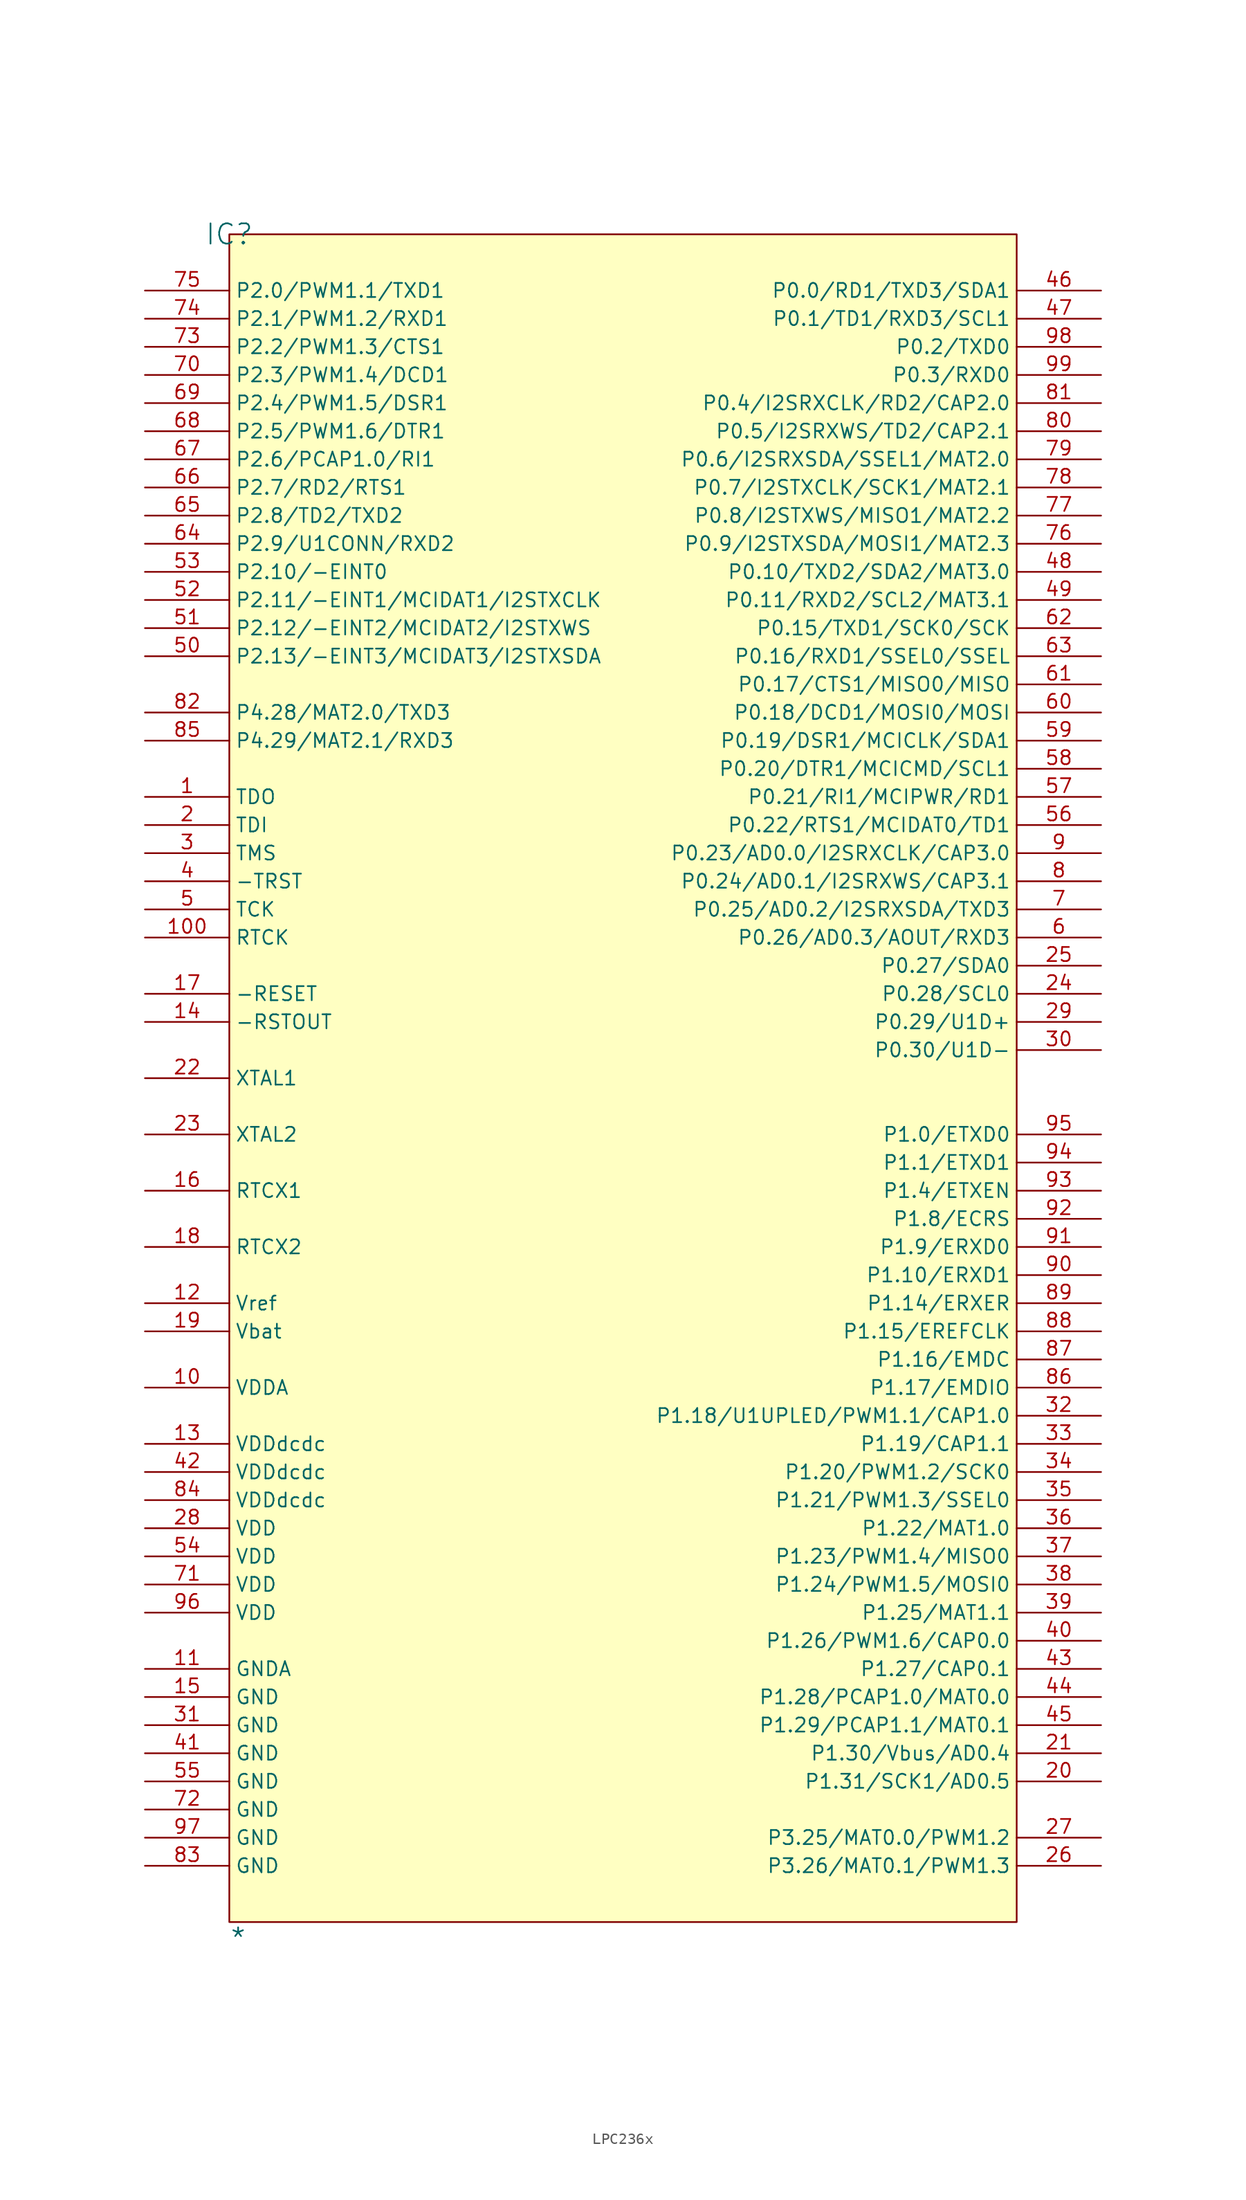
<source format=kicad_sym>
(kicad_symbol_lib
  (version 20241209)
  (generator "kicad_symbol_editor")
  (generator_version "9.0")
  (symbol "LPC236x"
    (property "Reference" "IC"
      (at 0 0 0)
      (effects (font (size 1.829 1.829))))
    (property "Value" "*"
      (at 0 -154.94 0)
      (effects (font (size 1.829 1.829)) (justify left bottom)))
    (symbol "LPC236x_1_0"
      (rectangle (start 71.12 0) (end 0 -152.4) (stroke (width 0) (type solid) (color 128 0 0 1)) (fill (type background)))
      (pin passive line (at -7.62 -5.08 0) (length 7.62) (name "P2.0/PWM1.1/TXD1" (effects (font (size 1.27 1.27)))) (number "75" (effects (font (size 1.27 1.27)))))
      (pin passive line (at -7.62 -7.62 0) (length 7.62) (name "P2.1/PWM1.2/RXD1" (effects (font (size 1.27 1.27)))) (number "74" (effects (font (size 1.27 1.27)))))
      (pin passive line (at -7.62 -10.16 0) (length 7.62) (name "P2.2/PWM1.3/CTS1" (effects (font (size 1.27 1.27)))) (number "73" (effects (font (size 1.27 1.27)))))
      (pin passive line (at -7.62 -12.7 0) (length 7.62) (name "P2.3/PWM1.4/DCD1" (effects (font (size 1.27 1.27)))) (number "70" (effects (font (size 1.27 1.27)))))
      (pin passive line (at -7.62 -15.24 0) (length 7.62) (name "P2.4/PWM1.5/DSR1" (effects (font (size 1.27 1.27)))) (number "69" (effects (font (size 1.27 1.27)))))
      (pin passive line (at -7.62 -17.78 0) (length 7.62) (name "P2.5/PWM1.6/DTR1" (effects (font (size 1.27 1.27)))) (number "68" (effects (font (size 1.27 1.27)))))
      (pin passive line (at -7.62 -20.32 0) (length 7.62) (name "P2.6/PCAP1.0/RI1" (effects (font (size 1.27 1.27)))) (number "67" (effects (font (size 1.27 1.27)))))
      (pin passive line (at -7.62 -22.86 0) (length 7.62) (name "P2.7/RD2/RTS1" (effects (font (size 1.27 1.27)))) (number "66" (effects (font (size 1.27 1.27)))))
      (pin passive line (at -7.62 -25.4 0) (length 7.62) (name "P2.8/TD2/TXD2" (effects (font (size 1.27 1.27)))) (number "65" (effects (font (size 1.27 1.27)))))
      (pin passive line (at -7.62 -27.94 0) (length 7.62) (name "P2.9/U1CONN/RXD2" (effects (font (size 1.27 1.27)))) (number "64" (effects (font (size 1.27 1.27)))))
      (pin passive line (at -7.62 -30.48 0) (length 7.62) (name "P2.10/-EINT0" (effects (font (size 1.27 1.27)))) (number "53" (effects (font (size 1.27 1.27)))))
      (pin passive line (at -7.62 -33.02 0) (length 7.62) (name "P2.11/-EINT1/MCIDAT1/I2STXCLK" (effects (font (size 1.27 1.27)))) (number "52" (effects (font (size 1.27 1.27)))))
      (pin passive line (at -7.62 -35.56 0) (length 7.62) (name "P2.12/-EINT2/MCIDAT2/I2STXWS" (effects (font (size 1.27 1.27)))) (number "51" (effects (font (size 1.27 1.27)))))
      (pin passive line (at -7.62 -38.1 0) (length 7.62) (name "P2.13/-EINT3/MCIDAT3/I2STXSDA" (effects (font (size 1.27 1.27)))) (number "50" (effects (font (size 1.27 1.27)))))
      (pin passive line (at -7.62 -43.18 0) (length 7.62) (name "P4.28/MAT2.0/TXD3" (effects (font (size 1.27 1.27)))) (number "82" (effects (font (size 1.27 1.27)))))
      (pin passive line (at -7.62 -45.72 0) (length 7.62) (name "P4.29/MAT2.1/RXD3" (effects (font (size 1.27 1.27)))) (number "85" (effects (font (size 1.27 1.27)))))
      (pin output line (at -7.62 -50.8 0) (length 7.62) (name "TDO" (effects (font (size 1.27 1.27)))) (number "1" (effects (font (size 1.27 1.27)))))
      (pin input line (at -7.62 -53.34 0) (length 7.62) (name "TDI" (effects (font (size 1.27 1.27)))) (number "2" (effects (font (size 1.27 1.27)))))
      (pin input line (at -7.62 -55.88 0) (length 7.62) (name "TMS" (effects (font (size 1.27 1.27)))) (number "3" (effects (font (size 1.27 1.27)))))
      (pin input line (at -7.62 -58.42 0) (length 7.62) (name "-TRST" (effects (font (size 1.27 1.27)))) (number "4" (effects (font (size 1.27 1.27)))))
      (pin input line (at -7.62 -60.96 0) (length 7.62) (name "TCK" (effects (font (size 1.27 1.27)))) (number "5" (effects (font (size 1.27 1.27)))))
      (pin passive line (at -7.62 -63.5 0) (length 7.62) (name "RTCK" (effects (font (size 1.27 1.27)))) (number "100" (effects (font (size 1.27 1.27)))))
      (pin passive line (at -7.62 -68.58 0) (length 7.62) (name "-RESET" (effects (font (size 1.27 1.27)))) (number "17" (effects (font (size 1.27 1.27)))))
      (pin passive line (at -7.62 -71.12 0) (length 7.62) (name "-RSTOUT" (effects (font (size 1.27 1.27)))) (number "14" (effects (font (size 1.27 1.27)))))
      (pin passive line (at -7.62 -76.2 0) (length 7.62) (name "XTAL1" (effects (font (size 1.27 1.27)))) (number "22" (effects (font (size 1.27 1.27)))))
      (pin passive line (at -7.62 -81.28 0) (length 7.62) (name "XTAL2" (effects (font (size 1.27 1.27)))) (number "23" (effects (font (size 1.27 1.27)))))
      (pin passive line (at -7.62 -86.36 0) (length 7.62) (name "RTCX1" (effects (font (size 1.27 1.27)))) (number "16" (effects (font (size 1.27 1.27)))))
      (pin passive line (at -7.62 -91.44 0) (length 7.62) (name "RTCX2" (effects (font (size 1.27 1.27)))) (number "18" (effects (font (size 1.27 1.27)))))
      (pin passive line (at -7.62 -96.52 0) (length 7.62) (name "Vref" (effects (font (size 1.27 1.27)))) (number "12" (effects (font (size 1.27 1.27)))))
      (pin passive line (at -7.62 -99.06 0) (length 7.62) (name "Vbat" (effects (font (size 1.27 1.27)))) (number "19" (effects (font (size 1.27 1.27)))))
      (pin passive line (at -7.62 -104.14 0) (length 7.62) (name "VDDA" (effects (font (size 1.27 1.27)))) (number "10" (effects (font (size 1.27 1.27)))))
      (pin passive line (at -7.62 -109.22 0) (length 7.62) (name "VDDdcdc" (effects (font (size 1.27 1.27)))) (number "13" (effects (font (size 1.27 1.27)))))
      (pin passive line (at -7.62 -111.76 0) (length 7.62) (name "VDDdcdc" (effects (font (size 1.27 1.27)))) (number "42" (effects (font (size 1.27 1.27)))))
      (pin passive line (at -7.62 -114.3 0) (length 7.62) (name "VDDdcdc" (effects (font (size 1.27 1.27)))) (number "84" (effects (font (size 1.27 1.27)))))
      (pin passive line (at -7.62 -116.84 0) (length 7.62) (name "VDD" (effects (font (size 1.27 1.27)))) (number "28" (effects (font (size 1.27 1.27)))))
      (pin passive line (at -7.62 -119.38 0) (length 7.62) (name "VDD" (effects (font (size 1.27 1.27)))) (number "54" (effects (font (size 1.27 1.27)))))
      (pin passive line (at -7.62 -121.92 0) (length 7.62) (name "VDD" (effects (font (size 1.27 1.27)))) (number "71" (effects (font (size 1.27 1.27)))))
      (pin passive line (at -7.62 -124.46 0) (length 7.62) (name "VDD" (effects (font (size 1.27 1.27)))) (number "96" (effects (font (size 1.27 1.27)))))
      (pin passive line (at -7.62 -129.54 0) (length 7.62) (name "GNDA" (effects (font (size 1.27 1.27)))) (number "11" (effects (font (size 1.27 1.27)))))
      (pin passive line (at -7.62 -132.08 0) (length 7.62) (name "GND" (effects (font (size 1.27 1.27)))) (number "15" (effects (font (size 1.27 1.27)))))
      (pin passive line (at -7.62 -134.62 0) (length 7.62) (name "GND" (effects (font (size 1.27 1.27)))) (number "31" (effects (font (size 1.27 1.27)))))
      (pin passive line (at -7.62 -137.16 0) (length 7.62) (name "GND" (effects (font (size 1.27 1.27)))) (number "41" (effects (font (size 1.27 1.27)))))
      (pin passive line (at -7.62 -139.7 0) (length 7.62) (name "GND" (effects (font (size 1.27 1.27)))) (number "55" (effects (font (size 1.27 1.27)))))
      (pin passive line (at -7.62 -142.24 0) (length 7.62) (name "GND" (effects (font (size 1.27 1.27)))) (number "72" (effects (font (size 1.27 1.27)))))
      (pin passive line (at -7.62 -144.78 0) (length 7.62) (name "GND" (effects (font (size 1.27 1.27)))) (number "97" (effects (font (size 1.27 1.27)))))
      (pin passive line (at -7.62 -147.32 0) (length 7.62) (name "GND" (effects (font (size 1.27 1.27)))) (number "83" (effects (font (size 1.27 1.27)))))
      (pin passive line (at 78.74 -5.08 180) (length 7.62) (name "P0.0/RD1/TXD3/SDA1" (effects (font (size 1.27 1.27)))) (number "46" (effects (font (size 1.27 1.27)))))
      (pin passive line (at 78.74 -7.62 180) (length 7.62) (name "P0.1/TD1/RXD3/SCL1" (effects (font (size 1.27 1.27)))) (number "47" (effects (font (size 1.27 1.27)))))
      (pin passive line (at 78.74 -10.16 180) (length 7.62) (name "P0.2/TXD0" (effects (font (size 1.27 1.27)))) (number "98" (effects (font (size 1.27 1.27)))))
      (pin passive line (at 78.74 -12.7 180) (length 7.62) (name "P0.3/RXD0" (effects (font (size 1.27 1.27)))) (number "99" (effects (font (size 1.27 1.27)))))
      (pin passive line (at 78.74 -15.24 180) (length 7.62) (name "P0.4/I2SRXCLK/RD2/CAP2.0" (effects (font (size 1.27 1.27)))) (number "81" (effects (font (size 1.27 1.27)))))
      (pin passive line (at 78.74 -17.78 180) (length 7.62) (name "P0.5/I2SRXWS/TD2/CAP2.1" (effects (font (size 1.27 1.27)))) (number "80" (effects (font (size 1.27 1.27)))))
      (pin passive line (at 78.74 -20.32 180) (length 7.62) (name "P0.6/I2SRXSDA/SSEL1/MAT2.0" (effects (font (size 1.27 1.27)))) (number "79" (effects (font (size 1.27 1.27)))))
      (pin passive line (at 78.74 -22.86 180) (length 7.62) (name "P0.7/I2STXCLK/SCK1/MAT2.1" (effects (font (size 1.27 1.27)))) (number "78" (effects (font (size 1.27 1.27)))))
      (pin passive line (at 78.74 -25.4 180) (length 7.62) (name "P0.8/I2STXWS/MISO1/MAT2.2" (effects (font (size 1.27 1.27)))) (number "77" (effects (font (size 1.27 1.27)))))
      (pin passive line (at 78.74 -27.94 180) (length 7.62) (name "P0.9/I2STXSDA/MOSI1/MAT2.3" (effects (font (size 1.27 1.27)))) (number "76" (effects (font (size 1.27 1.27)))))
      (pin passive line (at 78.74 -30.48 180) (length 7.62) (name "P0.10/TXD2/SDA2/MAT3.0" (effects (font (size 1.27 1.27)))) (number "48" (effects (font (size 1.27 1.27)))))
      (pin passive line (at 78.74 -33.02 180) (length 7.62) (name "P0.11/RXD2/SCL2/MAT3.1" (effects (font (size 1.27 1.27)))) (number "49" (effects (font (size 1.27 1.27)))))
      (pin passive line (at 78.74 -35.56 180) (length 7.62) (name "P0.15/TXD1/SCK0/SCK" (effects (font (size 1.27 1.27)))) (number "62" (effects (font (size 1.27 1.27)))))
      (pin passive line (at 78.74 -38.1 180) (length 7.62) (name "P0.16/RXD1/SSEL0/SSEL" (effects (font (size 1.27 1.27)))) (number "63" (effects (font (size 1.27 1.27)))))
      (pin passive line (at 78.74 -40.64 180) (length 7.62) (name "P0.17/CTS1/MISO0/MISO" (effects (font (size 1.27 1.27)))) (number "61" (effects (font (size 1.27 1.27)))))
      (pin passive line (at 78.74 -43.18 180) (length 7.62) (name "P0.18/DCD1/MOSI0/MOSI" (effects (font (size 1.27 1.27)))) (number "60" (effects (font (size 1.27 1.27)))))
      (pin passive line (at 78.74 -45.72 180) (length 7.62) (name "P0.19/DSR1/MCICLK/SDA1" (effects (font (size 1.27 1.27)))) (number "59" (effects (font (size 1.27 1.27)))))
      (pin passive line (at 78.74 -48.26 180) (length 7.62) (name "P0.20/DTR1/MCICMD/SCL1" (effects (font (size 1.27 1.27)))) (number "58" (effects (font (size 1.27 1.27)))))
      (pin passive line (at 78.74 -50.8 180) (length 7.62) (name "P0.21/RI1/MCIPWR/RD1" (effects (font (size 1.27 1.27)))) (number "57" (effects (font (size 1.27 1.27)))))
      (pin passive line (at 78.74 -53.34 180) (length 7.62) (name "P0.22/RTS1/MCIDAT0/TD1" (effects (font (size 1.27 1.27)))) (number "56" (effects (font (size 1.27 1.27)))))
      (pin passive line (at 78.74 -55.88 180) (length 7.62) (name "P0.23/AD0.0/I2SRXCLK/CAP3.0" (effects (font (size 1.27 1.27)))) (number "9" (effects (font (size 1.27 1.27)))))
      (pin passive line (at 78.74 -58.42 180) (length 7.62) (name "P0.24/AD0.1/I2SRXWS/CAP3.1" (effects (font (size 1.27 1.27)))) (number "8" (effects (font (size 1.27 1.27)))))
      (pin passive line (at 78.74 -60.96 180) (length 7.62) (name "P0.25/AD0.2/I2SRXSDA/TXD3" (effects (font (size 1.27 1.27)))) (number "7" (effects (font (size 1.27 1.27)))))
      (pin passive line (at 78.74 -63.5 180) (length 7.62) (name "P0.26/AD0.3/AOUT/RXD3" (effects (font (size 1.27 1.27)))) (number "6" (effects (font (size 1.27 1.27)))))
      (pin passive line (at 78.74 -66.04 180) (length 7.62) (name "P0.27/SDA0" (effects (font (size 1.27 1.27)))) (number "25" (effects (font (size 1.27 1.27)))))
      (pin passive line (at 78.74 -68.58 180) (length 7.62) (name "P0.28/SCL0" (effects (font (size 1.27 1.27)))) (number "24" (effects (font (size 1.27 1.27)))))
      (pin passive line (at 78.74 -71.12 180) (length 7.62) (name "P0.29/U1D+" (effects (font (size 1.27 1.27)))) (number "29" (effects (font (size 1.27 1.27)))))
      (pin passive line (at 78.74 -73.66 180) (length 7.62) (name "P0.30/U1D-" (effects (font (size 1.27 1.27)))) (number "30" (effects (font (size 1.27 1.27)))))
      (pin passive line (at 78.74 -81.28 180) (length 7.62) (name "P1.0/ETXD0" (effects (font (size 1.27 1.27)))) (number "95" (effects (font (size 1.27 1.27)))))
      (pin passive line (at 78.74 -83.82 180) (length 7.62) (name "P1.1/ETXD1" (effects (font (size 1.27 1.27)))) (number "94" (effects (font (size 1.27 1.27)))))
      (pin passive line (at 78.74 -86.36 180) (length 7.62) (name "P1.4/ETXEN" (effects (font (size 1.27 1.27)))) (number "93" (effects (font (size 1.27 1.27)))))
      (pin passive line (at 78.74 -88.9 180) (length 7.62) (name "P1.8/ECRS" (effects (font (size 1.27 1.27)))) (number "92" (effects (font (size 1.27 1.27)))))
      (pin passive line (at 78.74 -91.44 180) (length 7.62) (name "P1.9/ERXD0" (effects (font (size 1.27 1.27)))) (number "91" (effects (font (size 1.27 1.27)))))
      (pin passive line (at 78.74 -93.98 180) (length 7.62) (name "P1.10/ERXD1" (effects (font (size 1.27 1.27)))) (number "90" (effects (font (size 1.27 1.27)))))
      (pin passive line (at 78.74 -96.52 180) (length 7.62) (name "P1.14/ERXER" (effects (font (size 1.27 1.27)))) (number "89" (effects (font (size 1.27 1.27)))))
      (pin passive line (at 78.74 -99.06 180) (length 7.62) (name "P1.15/EREFCLK" (effects (font (size 1.27 1.27)))) (number "88" (effects (font (size 1.27 1.27)))))
      (pin passive line (at 78.74 -101.6 180) (length 7.62) (name "P1.16/EMDC" (effects (font (size 1.27 1.27)))) (number "87" (effects (font (size 1.27 1.27)))))
      (pin passive line (at 78.74 -104.14 180) (length 7.62) (name "P1.17/EMDIO" (effects (font (size 1.27 1.27)))) (number "86" (effects (font (size 1.27 1.27)))))
      (pin passive line (at 78.74 -106.68 180) (length 7.62) (name "P1.18/U1UPLED/PWM1.1/CAP1.0" (effects (font (size 1.27 1.27)))) (number "32" (effects (font (size 1.27 1.27)))))
      (pin passive line (at 78.74 -109.22 180) (length 7.62) (name "P1.19/CAP1.1" (effects (font (size 1.27 1.27)))) (number "33" (effects (font (size 1.27 1.27)))))
      (pin passive line (at 78.74 -111.76 180) (length 7.62) (name "P1.20/PWM1.2/SCK0" (effects (font (size 1.27 1.27)))) (number "34" (effects (font (size 1.27 1.27)))))
      (pin passive line (at 78.74 -114.3 180) (length 7.62) (name "P1.21/PWM1.3/SSEL0" (effects (font (size 1.27 1.27)))) (number "35" (effects (font (size 1.27 1.27)))))
      (pin passive line (at 78.74 -116.84 180) (length 7.62) (name "P1.22/MAT1.0" (effects (font (size 1.27 1.27)))) (number "36" (effects (font (size 1.27 1.27)))))
      (pin passive line (at 78.74 -119.38 180) (length 7.62) (name "P1.23/PWM1.4/MISO0" (effects (font (size 1.27 1.27)))) (number "37" (effects (font (size 1.27 1.27)))))
      (pin passive line (at 78.74 -121.92 180) (length 7.62) (name "P1.24/PWM1.5/MOSI0" (effects (font (size 1.27 1.27)))) (number "38" (effects (font (size 1.27 1.27)))))
      (pin passive line (at 78.74 -124.46 180) (length 7.62) (name "P1.25/MAT1.1" (effects (font (size 1.27 1.27)))) (number "39" (effects (font (size 1.27 1.27)))))
      (pin passive line (at 78.74 -127 180) (length 7.62) (name "P1.26/PWM1.6/CAP0.0" (effects (font (size 1.27 1.27)))) (number "40" (effects (font (size 1.27 1.27)))))
      (pin passive line (at 78.74 -129.54 180) (length 7.62) (name "P1.27/CAP0.1" (effects (font (size 1.27 1.27)))) (number "43" (effects (font (size 1.27 1.27)))))
      (pin passive line (at 78.74 -132.08 180) (length 7.62) (name "P1.28/PCAP1.0/MAT0.0" (effects (font (size 1.27 1.27)))) (number "44" (effects (font (size 1.27 1.27)))))
      (pin passive line (at 78.74 -134.62 180) (length 7.62) (name "P1.29/PCAP1.1/MAT0.1" (effects (font (size 1.27 1.27)))) (number "45" (effects (font (size 1.27 1.27)))))
      (pin passive line (at 78.74 -137.16 180) (length 7.62) (name "P1.30/Vbus/AD0.4" (effects (font (size 1.27 1.27)))) (number "21" (effects (font (size 1.27 1.27)))))
      (pin passive line (at 78.74 -139.7 180) (length 7.62) (name "P1.31/SCK1/AD0.5" (effects (font (size 1.27 1.27)))) (number "20" (effects (font (size 1.27 1.27)))))
      (pin passive line (at 78.74 -144.78 180) (length 7.62) (name "P3.25/MAT0.0/PWM1.2" (effects (font (size 1.27 1.27)))) (number "27" (effects (font (size 1.27 1.27)))))
      (pin passive line (at 78.74 -147.32 180) (length 7.62) (name "P3.26/MAT0.1/PWM1.3" (effects (font (size 1.27 1.27)))) (number "26" (effects (font (size 1.27 1.27))))))))
</source>
